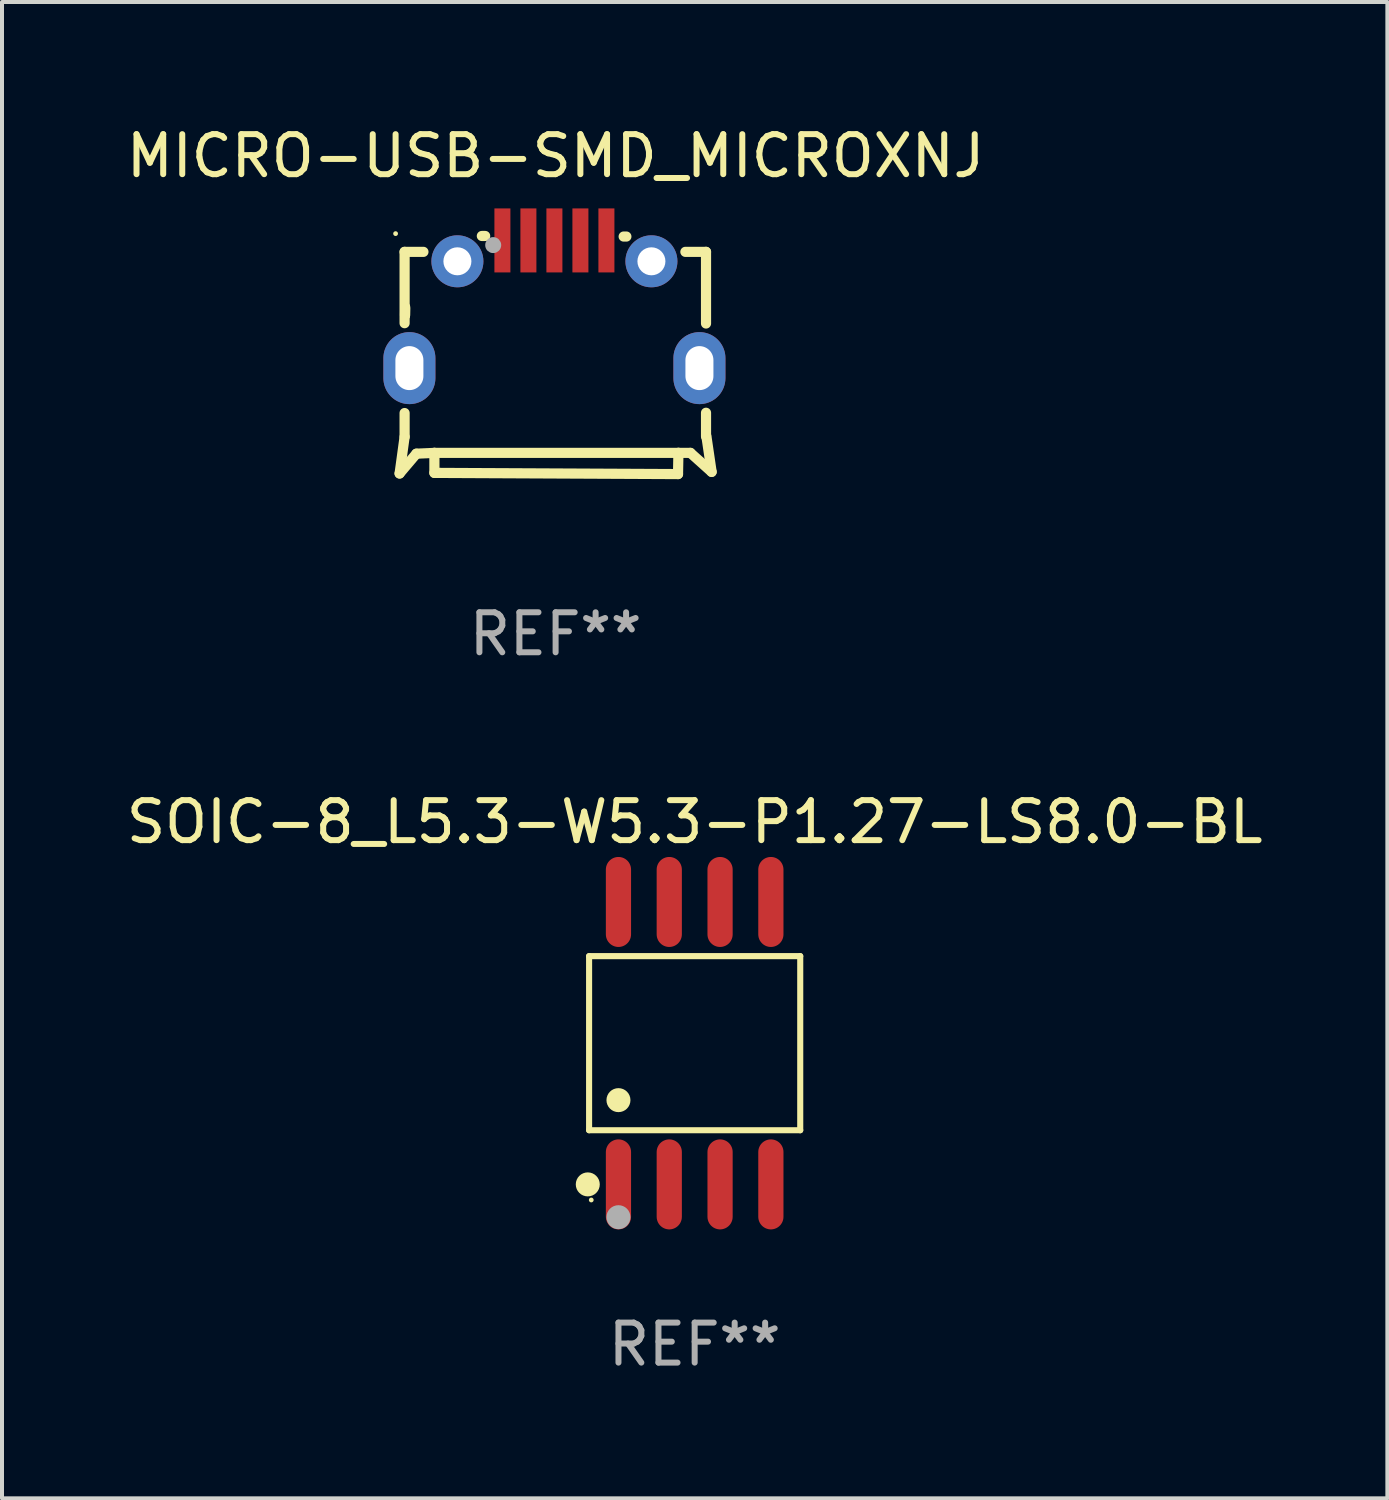
<source format=kicad_pcb>
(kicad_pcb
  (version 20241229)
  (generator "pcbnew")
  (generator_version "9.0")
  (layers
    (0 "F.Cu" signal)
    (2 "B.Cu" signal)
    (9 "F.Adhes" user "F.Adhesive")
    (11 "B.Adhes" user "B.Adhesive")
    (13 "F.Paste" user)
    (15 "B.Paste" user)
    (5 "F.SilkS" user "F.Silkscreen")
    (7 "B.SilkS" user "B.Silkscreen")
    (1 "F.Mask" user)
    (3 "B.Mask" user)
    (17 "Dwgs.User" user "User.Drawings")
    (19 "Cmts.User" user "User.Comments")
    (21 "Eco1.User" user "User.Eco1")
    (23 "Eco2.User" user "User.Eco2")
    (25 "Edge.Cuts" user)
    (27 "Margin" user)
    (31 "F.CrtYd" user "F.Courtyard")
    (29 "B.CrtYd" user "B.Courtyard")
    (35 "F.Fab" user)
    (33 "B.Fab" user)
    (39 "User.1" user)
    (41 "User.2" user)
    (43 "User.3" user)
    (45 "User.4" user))
  (footprint "MICRO-USB-SMD_MICROXNJ"
    (layer "F.Cu")
    (at 10.809 4.556)
    (property "Reference" "MICRO-USB-SMD_MICROXNJ" (at 0.03 -3.707 0) (layer "F.SilkS") (effects (font (size 1 1) (thickness 0.15))))
    (attr through_hole)
    (fp_line (start -3.87 4.23) (end -3.745 3.315) (stroke (width 0.254) (type solid)) (layer "F.SilkS"))
    (fp_line (start -3.745 -1.31) (end -3.274 -1.31) (stroke (width 0.254) (type solid)) (layer "F.SilkS"))
    (fp_line (start -3.745 0.473) (end -3.745 -1.31) (stroke (width 0.254) (type solid)) (layer "F.SilkS"))
    (fp_line (start -3.745 3.315) (end -3.745 2.719) (stroke (width 0.254) (type solid)) (layer "F.SilkS"))
    (fp_line (start -3.735 0.276) (end -3.731 0.068) (stroke (width 0.254) (type solid)) (layer "F.SilkS"))
    (fp_line (start -3.733 0.275) (end -3.732 0.101) (stroke (width 0.254) (type solid)) (layer "F.SilkS"))
    (fp_line (start -3.45 3.735) (end -3.87 4.23) (stroke (width 0.254) (type solid)) (layer "F.SilkS"))
    (fp_line (start -3 3.715) (end -3.45 3.735) (stroke (width 0.254) (type solid)) (layer "F.SilkS"))
    (fp_line (start -3 3.715) (end -3 4.215) (stroke (width 0.254) (type solid)) (layer "F.SilkS"))
    (fp_line (start -3 3.715) (end 3.1 3.715) (stroke (width 0.254) (type solid)) (layer "F.SilkS"))
    (fp_line (start -3 4.215) (end 3.09 4.245) (stroke (width 0.254) (type solid)) (layer "F.SilkS"))
    (fp_line (start -1.814 -1.707) (end -1.731 -1.707) (stroke (width 0.254) (type solid)) (layer "F.SilkS"))
    (fp_line (start 1.731 -1.693) (end 1.799 -1.693) (stroke (width 0.254) (type solid)) (layer "F.SilkS"))
    (fp_line (start 3.09 4.245) (end 3.1 3.715) (stroke (width 0.254) (type solid)) (layer "F.SilkS"))
    (fp_line (start 3.1 3.715) (end 3.4 3.715) (stroke (width 0.254) (type solid)) (layer "F.SilkS"))
    (fp_line (start 3.274 -1.31) (end 3.79 -1.31) (stroke (width 0.254) (type solid)) (layer "F.SilkS"))
    (fp_line (start 3.4 3.715) (end 3.93 4.19) (stroke (width 0.254) (type solid)) (layer "F.SilkS"))
    (fp_line (start 3.79 -1.31) (end 3.79 0.481) (stroke (width 0.254) (type solid)) (layer "F.SilkS"))
    (fp_line (start 3.79 2.712) (end 3.79 3.304) (stroke (width 0.254) (type solid)) (layer "F.SilkS"))
    (fp_line (start 3.93 4.19) (end 3.8 3.304) (stroke (width 0.254) (type solid)) (layer "F.SilkS"))
    (fp_circle (center -3.97 -1.766) (end -3.94 -1.766) (stroke (width 0.06) (type solid)) (fill no) (layer "F.SilkS"))
    (fp_circle (center -1.53 -1.479) (end -1.43 -1.479) (stroke (width 0.2) (type solid)) (fill no) (layer "F.Fab"))
    (fp_text user "REF**" (at 0.03 8.245 0) (layer "F.Fab") (effects (font (size 1 1) (thickness 0.15))))
    (pad "1" smd rect (at -1.3 -1.596 270) (size 1.6 0.4) (layers "F.Cu" "F.Mask" "F.Paste"))
    (pad "2" smd rect (at -0.65 -1.596 270) (size 1.6 0.4) (layers "F.Cu" "F.Mask" "F.Paste"))
    (pad "3" smd rect (at 0 -1.596 270) (size 1.6 0.4) (layers "F.Cu" "F.Mask" "F.Paste"))
    (pad "4" smd rect (at 0.65 -1.596 270) (size 1.6 0.4) (layers "F.Cu" "F.Mask" "F.Paste"))
    (pad "5" smd rect (at 1.3 -1.596 270) (size 1.6 0.4) (layers "F.Cu" "F.Mask" "F.Paste"))
    (pad "6" thru_hole circle (at 2.425 -1.074) (size 1.3 1.3) (drill 0.7) (layers "*.Cu" "*.Mask"))
    (pad "7" thru_hole oval (at 3.625 1.596) (size 1.3 1.8) (drill oval 0.7 1.1) (layers "*.Cu" "*.Mask"))
    (pad "8" thru_hole oval (at -3.625 1.596) (size 1.3 1.8) (drill oval 0.7 1.1) (layers "*.Cu" "*.Mask"))
    (pad "9" thru_hole circle (at -2.425 -1.074) (size 1.3 1.3) (drill 0.7) (layers "*.Cu" "*.Mask")))
  (footprint "SOIC-8_L5.3-W5.3-P1.27-LS8.0-BL"
    (layer "F.Cu")
    (at 14.315 23.027)
    (property "Reference" "SOIC-8_L5.3-W5.3-P1.27-LS8.0-BL" (at 0 -5.53 0) (layer "F.SilkS") (effects (font (size 1 1) (thickness 0.15))))
    (attr smd)
    (fp_line (start -2.639 -2.176) (end 2.639 -2.176) (stroke (width 0.152) (type solid)) (layer "F.SilkS"))
    (fp_line (start -2.639 2.176) (end -2.639 -2.176) (stroke (width 0.152) (type solid)) (layer "F.SilkS"))
    (fp_line (start 2.639 -2.176) (end 2.639 2.176) (stroke (width 0.152) (type solid)) (layer "F.SilkS"))
    (fp_line (start 2.639 2.176) (end -2.639 2.176) (stroke (width 0.152) (type solid)) (layer "F.SilkS"))
    (fp_circle (center -2.672 3.53) (end -2.522 3.53) (stroke (width 0.3) (type solid)) (fill no) (layer "F.SilkS"))
    (fp_circle (center -2.585 3.92) (end -2.555 3.92) (stroke (width 0.06) (type solid)) (fill no) (layer "F.SilkS"))
    (fp_circle (center -1.905 1.424) (end -1.755 1.424) (stroke (width 0.3) (type solid)) (fill no) (layer "F.SilkS"))
    (fp_circle (center -1.905 4.35) (end -1.755 4.35) (stroke (width 0.3) (type solid)) (fill no) (layer "F.Fab"))
    (fp_text user "REF**" (at 0 7.53 0) (layer "F.Fab") (effects (font (size 1 1) (thickness 0.15))))
    (pad "1" smd oval (at -1.905 3.53) (size 0.63 2.25) (layers "F.Cu" "F.Mask" "F.Paste"))
    (pad "2" smd oval (at -0.635 3.53) (size 0.63 2.25) (layers "F.Cu" "F.Mask" "F.Paste"))
    (pad "3" smd oval (at 0.635 3.53) (size 0.63 2.25) (layers "F.Cu" "F.Mask" "F.Paste"))
    (pad "4" smd oval (at 1.905 3.53) (size 0.63 2.25) (layers "F.Cu" "F.Mask" "F.Paste"))
    (pad "5" smd oval (at 1.905 -3.53) (size 0.63 2.25) (layers "F.Cu" "F.Mask" "F.Paste"))
    (pad "6" smd oval (at 0.635 -3.53) (size 0.63 2.25) (layers "F.Cu" "F.Mask" "F.Paste"))
    (pad "7" smd oval (at -0.635 -3.53) (size 0.63 2.25) (layers "F.Cu" "F.Mask" "F.Paste"))
    (pad "8" smd oval (at -1.905 -3.53) (size 0.63 2.25) (layers "F.Cu" "F.Mask" "F.Paste")))
  (gr_rect
    (start -3 -3)
    (end 31.631 34.405)
    (stroke (width 0.1) (type default))
    (fill no)
    (layer "Edge.Cuts")))
</source>
